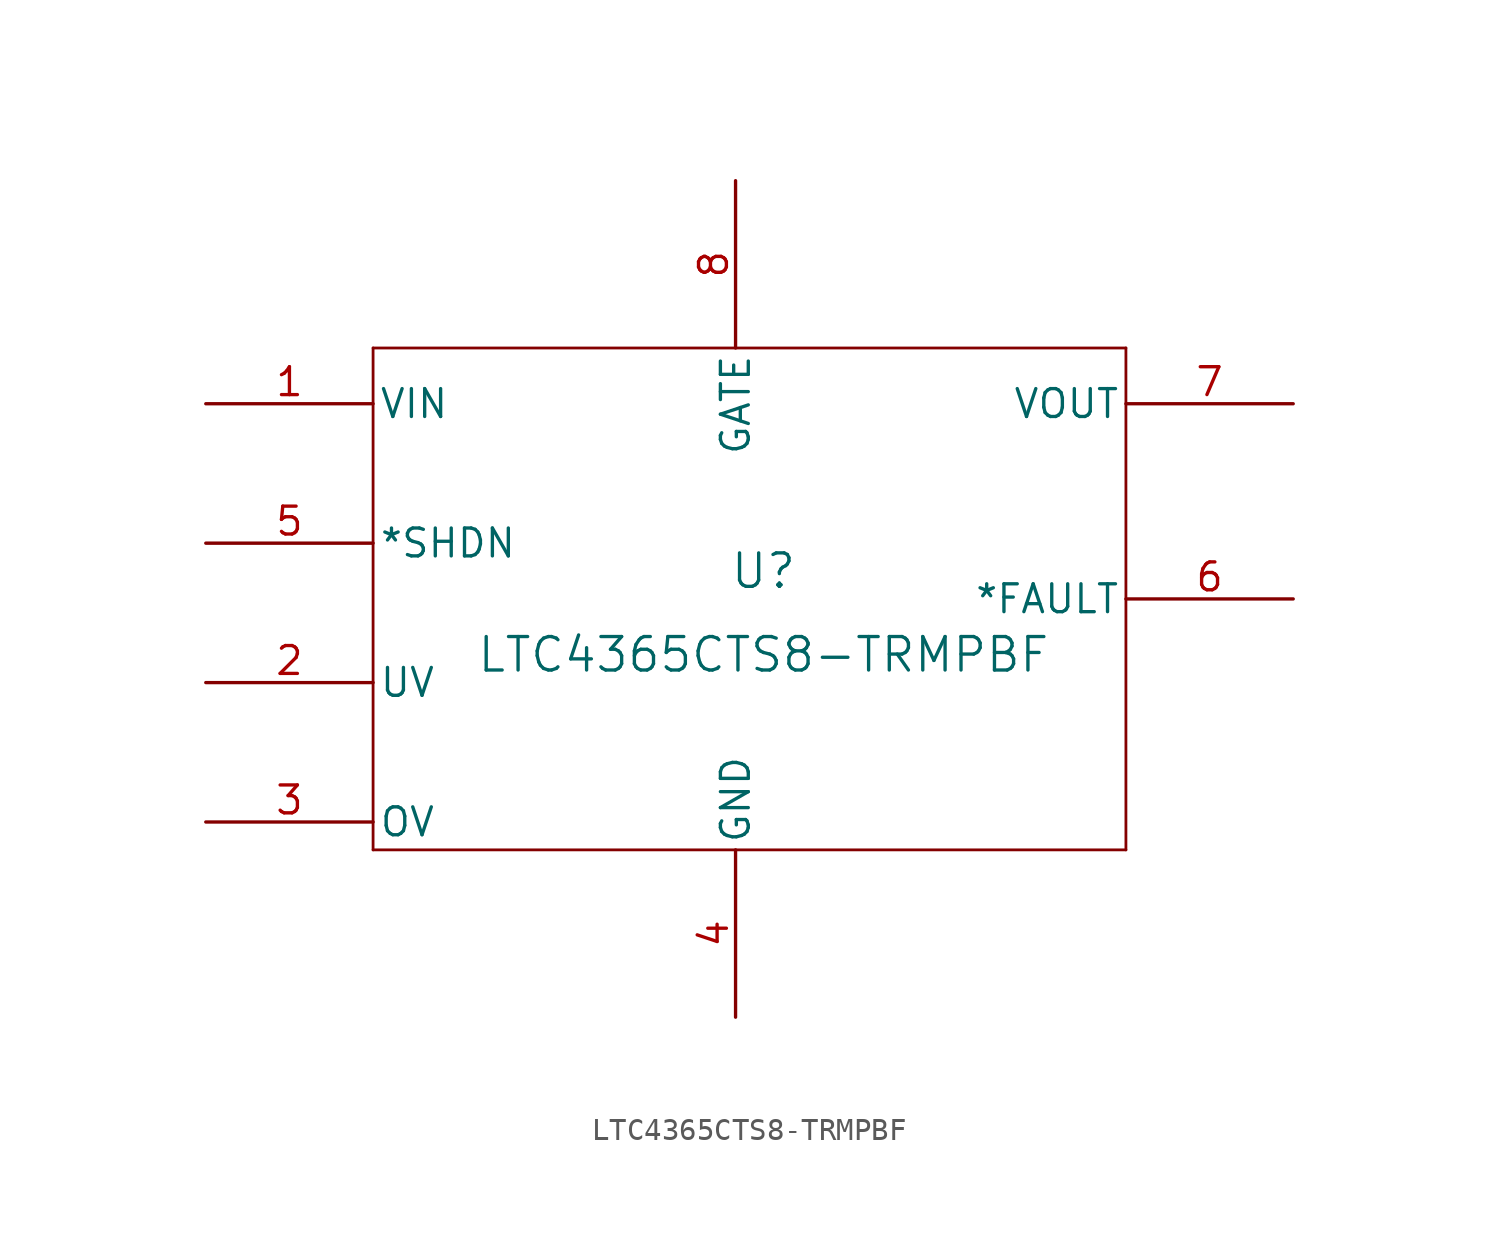
<source format=kicad_sym>
(kicad_symbol_lib
  (version 20220914)
  (generator kicad_symbol_editor)
  (symbol "LTC4365CTS8-TRMPBF"
    (pin_names
      (offset 0.254))
    (property "Reference" "U"
      (at 1.27 1.27 0)
      (effects (font (size 1.524 1.524))))
    (property "Value" "LTC4365CTS8-TRMPBF"
      (at 1.27 -2.54 0)
      (effects (font (size 1.524 1.524))))
    (property "ki_locked" ""
      (at 0 0 0)
      (effects (font (size 1.27 1.27))))
    (symbol "LTC4365CTS8-TRMPBF_0_1"
      (polyline (pts (xy -16.51 -11.43) (xy 17.78 -11.43)) (stroke (width 0.127) (type default)) (fill (type none)))
      (polyline (pts (xy -16.51 11.43) (xy -16.51 -11.43)) (stroke (width 0.127) (type default)) (fill (type none)))
      (polyline (pts (xy 17.78 -11.43) (xy 17.78 11.43)) (stroke (width 0.127) (type default)) (fill (type none)))
      (polyline (pts (xy 17.78 11.43) (xy -16.51 11.43)) (stroke (width 0.127) (type default)) (fill (type none)))
      (pin input line (at -24.13 8.89 0) (length 7.62) (name "VIN" (effects (font (size 1.27 1.27)))) (number "1" (effects (font (size 1.27 1.27)))))
      (pin input line (at -24.13 -3.81 0) (length 7.62) (name "UV" (effects (font (size 1.27 1.27)))) (number "2" (effects (font (size 1.27 1.27)))))
      (pin input line (at -24.13 -10.16 0) (length 7.62) (name "OV" (effects (font (size 1.27 1.27)))) (number "3" (effects (font (size 1.27 1.27)))))
      (pin power_in line (at 0 -19.05 90) (length 7.62) (name "GND" (effects (font (size 1.27 1.27)))) (number "4" (effects (font (size 1.27 1.27)))))
      (pin input line (at -24.13 2.54 0) (length 7.62) (name "*SHDN" (effects (font (size 1.27 1.27)))) (number "5" (effects (font (size 1.27 1.27)))))
      (pin output line (at 25.4 0 180) (length 7.62) (name "*FAULT" (effects (font (size 1.27 1.27)))) (number "6" (effects (font (size 1.27 1.27)))))
      (pin output line (at 25.4 8.89 180) (length 7.62) (name "VOUT" (effects (font (size 1.27 1.27)))) (number "7" (effects (font (size 1.27 1.27)))))
      (pin output line (at 0 19.05 270) (length 7.62) (name "GATE" (effects (font (size 1.27 1.27)))) (number "8" (effects (font (size 1.27 1.27))))))))
</source>
